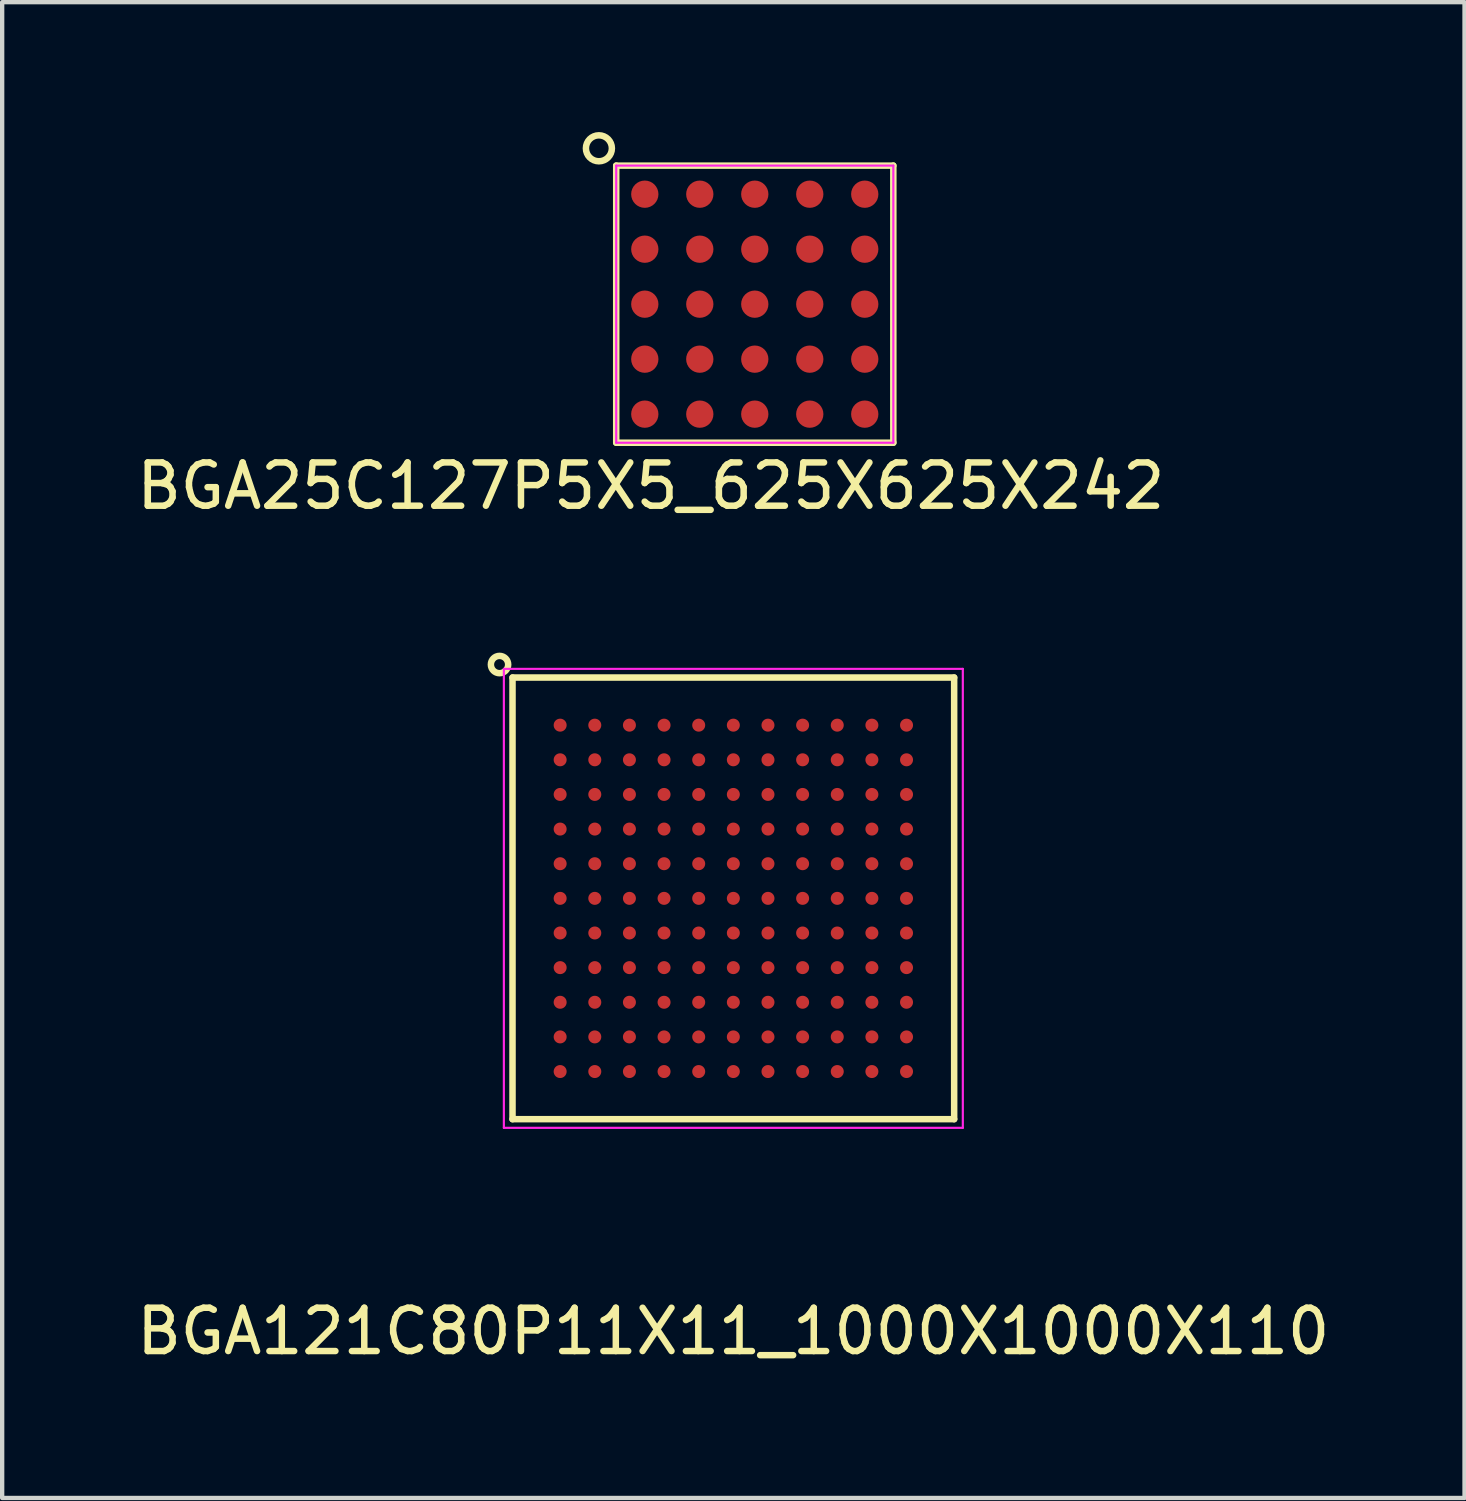
<source format=kicad_pcb>
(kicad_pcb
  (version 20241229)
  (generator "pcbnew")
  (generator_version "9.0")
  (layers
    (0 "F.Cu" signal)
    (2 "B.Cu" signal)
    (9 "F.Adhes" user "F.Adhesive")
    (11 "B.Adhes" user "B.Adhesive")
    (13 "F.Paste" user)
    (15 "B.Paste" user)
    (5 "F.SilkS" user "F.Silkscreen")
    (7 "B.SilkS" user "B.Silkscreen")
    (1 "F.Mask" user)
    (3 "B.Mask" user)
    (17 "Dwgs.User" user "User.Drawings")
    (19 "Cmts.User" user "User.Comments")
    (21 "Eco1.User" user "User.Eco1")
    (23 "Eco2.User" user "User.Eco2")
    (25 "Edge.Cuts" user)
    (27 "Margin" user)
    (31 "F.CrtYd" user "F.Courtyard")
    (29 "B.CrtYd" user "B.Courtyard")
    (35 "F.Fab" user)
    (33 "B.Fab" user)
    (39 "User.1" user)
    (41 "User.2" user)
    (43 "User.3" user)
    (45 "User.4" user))
  (footprint "BGA121C80P11X11_1000X1000X110"
    (layer "F.Cu")
    (at 13.887 17.698)
    (property "Reference" "BGA121C80P11X11_1000X1000X110" (at 0 10 0) (layer "F.SilkS") (effects (font (size 1 1) (thickness 0.15))))
    (attr smd)
    (fp_line (start -5.1 -5.1) (end -5.1 5.1) (stroke (width 0.15) (type solid)) (layer "F.SilkS"))
    (fp_line (start -5.1 -5.1) (end 5.1 -5.1) (stroke (width 0.15) (type solid)) (layer "F.SilkS"))
    (fp_line (start -5.1 5.1) (end 5.1 5.1) (stroke (width 0.15) (type solid)) (layer "F.SilkS"))
    (fp_line (start 5.1 -5.1) (end 5.1 5.1) (stroke (width 0.15) (type solid)) (layer "F.SilkS"))
    (fp_circle (center -5.4 -5.4) (end -5.4 -5.6) (stroke (width 0.15) (type solid)) (fill no) (layer "F.SilkS"))
    (fp_line (start -5.3 -5.3) (end -5.3 5.3) (stroke (width 0.05) (type solid)) (layer "F.CrtYd"))
    (fp_line (start -5.3 -5.3) (end 5.3 -5.3) (stroke (width 0.05) (type solid)) (layer "F.CrtYd"))
    (fp_line (start -5.3 5.3) (end 5.3 5.3) (stroke (width 0.05) (type solid)) (layer "F.CrtYd"))
    (fp_line (start 5.3 -5.3) (end 5.3 5.3) (stroke (width 0.05) (type solid)) (layer "F.CrtYd"))
    (pad "A1" smd circle (at -4 -4 180) (size 0.3 0.3) (layers "F.Cu" "F.Mask" "F.Paste"))
    (pad "A2" smd circle (at -3.2 -4 180) (size 0.3 0.3) (layers "F.Cu" "F.Mask" "F.Paste"))
    (pad "A3" smd circle (at -2.4 -4 180) (size 0.3 0.3) (layers "F.Cu" "F.Mask" "F.Paste"))
    (pad "A4" smd circle (at -1.6 -4 180) (size 0.3 0.3) (layers "F.Cu" "F.Mask" "F.Paste"))
    (pad "A5" smd circle (at -0.8 -4 180) (size 0.3 0.3) (layers "F.Cu" "F.Mask" "F.Paste"))
    (pad "A6" smd circle (at 0 -4 180) (size 0.3 0.3) (layers "F.Cu" "F.Mask" "F.Paste"))
    (pad "A7" smd circle (at 0.8 -4 180) (size 0.3 0.3) (layers "F.Cu" "F.Mask" "F.Paste"))
    (pad "A8" smd circle (at 1.6 -4 180) (size 0.3 0.3) (layers "F.Cu" "F.Mask" "F.Paste"))
    (pad "A9" smd circle (at 2.4 -4 180) (size 0.3 0.3) (layers "F.Cu" "F.Mask" "F.Paste"))
    (pad "A10" smd circle (at 3.2 -4 180) (size 0.3 0.3) (layers "F.Cu" "F.Mask" "F.Paste"))
    (pad "A11" smd circle (at 4 -4 180) (size 0.3 0.3) (layers "F.Cu" "F.Mask" "F.Paste"))
    (pad "B1" smd circle (at -4 -3.2 180) (size 0.3 0.3) (layers "F.Cu" "F.Mask" "F.Paste"))
    (pad "B2" smd circle (at -3.2 -3.2 180) (size 0.3 0.3) (layers "F.Cu" "F.Mask" "F.Paste"))
    (pad "B3" smd circle (at -2.4 -3.2 180) (size 0.3 0.3) (layers "F.Cu" "F.Mask" "F.Paste"))
    (pad "B4" smd circle (at -1.6 -3.2 180) (size 0.3 0.3) (layers "F.Cu" "F.Mask" "F.Paste"))
    (pad "B5" smd circle (at -0.8 -3.2 180) (size 0.3 0.3) (layers "F.Cu" "F.Mask" "F.Paste"))
    (pad "B6" smd circle (at 0 -3.2 180) (size 0.3 0.3) (layers "F.Cu" "F.Mask" "F.Paste"))
    (pad "B7" smd circle (at 0.8 -3.2 180) (size 0.3 0.3) (layers "F.Cu" "F.Mask" "F.Paste"))
    (pad "B8" smd circle (at 1.6 -3.2 180) (size 0.3 0.3) (layers "F.Cu" "F.Mask" "F.Paste"))
    (pad "B9" smd circle (at 2.4 -3.2 180) (size 0.3 0.3) (layers "F.Cu" "F.Mask" "F.Paste"))
    (pad "B10" smd circle (at 3.2 -3.2 180) (size 0.3 0.3) (layers "F.Cu" "F.Mask" "F.Paste"))
    (pad "B11" smd circle (at 4 -3.2 180) (size 0.3 0.3) (layers "F.Cu" "F.Mask" "F.Paste"))
    (pad "C1" smd circle (at -4 -2.4 180) (size 0.3 0.3) (layers "F.Cu" "F.Mask" "F.Paste"))
    (pad "C2" smd circle (at -3.2 -2.4 180) (size 0.3 0.3) (layers "F.Cu" "F.Mask" "F.Paste"))
    (pad "C3" smd circle (at -2.4 -2.4 180) (size 0.3 0.3) (layers "F.Cu" "F.Mask" "F.Paste"))
    (pad "C4" smd circle (at -1.6 -2.4 180) (size 0.3 0.3) (layers "F.Cu" "F.Mask" "F.Paste"))
    (pad "C5" smd circle (at -0.8 -2.4 180) (size 0.3 0.3) (layers "F.Cu" "F.Mask" "F.Paste"))
    (pad "C6" smd circle (at 0 -2.4 180) (size 0.3 0.3) (layers "F.Cu" "F.Mask" "F.Paste"))
    (pad "C7" smd circle (at 0.8 -2.4 180) (size 0.3 0.3) (layers "F.Cu" "F.Mask" "F.Paste"))
    (pad "C8" smd circle (at 1.6 -2.4 180) (size 0.3 0.3) (layers "F.Cu" "F.Mask" "F.Paste"))
    (pad "C9" smd circle (at 2.4 -2.4 180) (size 0.3 0.3) (layers "F.Cu" "F.Mask" "F.Paste"))
    (pad "C10" smd circle (at 3.2 -2.4 180) (size 0.3 0.3) (layers "F.Cu" "F.Mask" "F.Paste"))
    (pad "C11" smd circle (at 4 -2.4 180) (size 0.3 0.3) (layers "F.Cu" "F.Mask" "F.Paste"))
    (pad "D1" smd circle (at -4 -1.6 180) (size 0.3 0.3) (layers "F.Cu" "F.Mask" "F.Paste"))
    (pad "D2" smd circle (at -3.2 -1.6 180) (size 0.3 0.3) (layers "F.Cu" "F.Mask" "F.Paste"))
    (pad "D3" smd circle (at -2.4 -1.6 180) (size 0.3 0.3) (layers "F.Cu" "F.Mask" "F.Paste"))
    (pad "D4" smd circle (at -1.6 -1.6 180) (size 0.3 0.3) (layers "F.Cu" "F.Mask" "F.Paste"))
    (pad "D5" smd circle (at -0.8 -1.6 180) (size 0.3 0.3) (layers "F.Cu" "F.Mask" "F.Paste"))
    (pad "D6" smd circle (at 0 -1.6 180) (size 0.3 0.3) (layers "F.Cu" "F.Mask" "F.Paste"))
    (pad "D7" smd circle (at 0.8 -1.6 180) (size 0.3 0.3) (layers "F.Cu" "F.Mask" "F.Paste"))
    (pad "D8" smd circle (at 1.6 -1.6 180) (size 0.3 0.3) (layers "F.Cu" "F.Mask" "F.Paste"))
    (pad "D9" smd circle (at 2.4 -1.6 180) (size 0.3 0.3) (layers "F.Cu" "F.Mask" "F.Paste"))
    (pad "D10" smd circle (at 3.2 -1.6 180) (size 0.3 0.3) (layers "F.Cu" "F.Mask" "F.Paste"))
    (pad "D11" smd circle (at 4 -1.6 180) (size 0.3 0.3) (layers "F.Cu" "F.Mask" "F.Paste"))
    (pad "E1" smd circle (at -4 -0.8 180) (size 0.3 0.3) (layers "F.Cu" "F.Mask" "F.Paste"))
    (pad "E2" smd circle (at -3.2 -0.8 180) (size 0.3 0.3) (layers "F.Cu" "F.Mask" "F.Paste"))
    (pad "E3" smd circle (at -2.4 -0.8 180) (size 0.3 0.3) (layers "F.Cu" "F.Mask" "F.Paste"))
    (pad "E4" smd circle (at -1.6 -0.8 180) (size 0.3 0.3) (layers "F.Cu" "F.Mask" "F.Paste"))
    (pad "E5" smd circle (at -0.8 -0.8 180) (size 0.3 0.3) (layers "F.Cu" "F.Mask" "F.Paste"))
    (pad "E6" smd circle (at 0 -0.8 180) (size 0.3 0.3) (layers "F.Cu" "F.Mask" "F.Paste"))
    (pad "E7" smd circle (at 0.8 -0.8 180) (size 0.3 0.3) (layers "F.Cu" "F.Mask" "F.Paste"))
    (pad "E8" smd circle (at 1.6 -0.8 180) (size 0.3 0.3) (layers "F.Cu" "F.Mask" "F.Paste"))
    (pad "E9" smd circle (at 2.4 -0.8 180) (size 0.3 0.3) (layers "F.Cu" "F.Mask" "F.Paste"))
    (pad "E10" smd circle (at 3.2 -0.8 180) (size 0.3 0.3) (layers "F.Cu" "F.Mask" "F.Paste"))
    (pad "E11" smd circle (at 4 -0.8 180) (size 0.3 0.3) (layers "F.Cu" "F.Mask" "F.Paste"))
    (pad "F1" smd circle (at -4 0 180) (size 0.3 0.3) (layers "F.Cu" "F.Mask" "F.Paste"))
    (pad "F2" smd circle (at -3.2 0 180) (size 0.3 0.3) (layers "F.Cu" "F.Mask" "F.Paste"))
    (pad "F3" smd circle (at -2.4 0 180) (size 0.3 0.3) (layers "F.Cu" "F.Mask" "F.Paste"))
    (pad "F4" smd circle (at -1.6 0 180) (size 0.3 0.3) (layers "F.Cu" "F.Mask" "F.Paste"))
    (pad "F5" smd circle (at -0.8 0 180) (size 0.3 0.3) (layers "F.Cu" "F.Mask" "F.Paste"))
    (pad "F6" smd circle (at 0 0 180) (size 0.3 0.3) (layers "F.Cu" "F.Mask" "F.Paste"))
    (pad "F7" smd circle (at 0.8 0 180) (size 0.3 0.3) (layers "F.Cu" "F.Mask" "F.Paste"))
    (pad "F8" smd circle (at 1.6 0 180) (size 0.3 0.3) (layers "F.Cu" "F.Mask" "F.Paste"))
    (pad "F9" smd circle (at 2.4 0 180) (size 0.3 0.3) (layers "F.Cu" "F.Mask" "F.Paste"))
    (pad "F10" smd circle (at 3.2 0 180) (size 0.3 0.3) (layers "F.Cu" "F.Mask" "F.Paste"))
    (pad "F11" smd circle (at 4 0 180) (size 0.3 0.3) (layers "F.Cu" "F.Mask" "F.Paste"))
    (pad "G1" smd circle (at -4 0.8 180) (size 0.3 0.3) (layers "F.Cu" "F.Mask" "F.Paste"))
    (pad "G2" smd circle (at -3.2 0.8 180) (size 0.3 0.3) (layers "F.Cu" "F.Mask" "F.Paste"))
    (pad "G3" smd circle (at -2.4 0.8 180) (size 0.3 0.3) (layers "F.Cu" "F.Mask" "F.Paste"))
    (pad "G4" smd circle (at -1.6 0.8 180) (size 0.3 0.3) (layers "F.Cu" "F.Mask" "F.Paste"))
    (pad "G5" smd circle (at -0.8 0.8 180) (size 0.3 0.3) (layers "F.Cu" "F.Mask" "F.Paste"))
    (pad "G6" smd circle (at 0 0.8 180) (size 0.3 0.3) (layers "F.Cu" "F.Mask" "F.Paste"))
    (pad "G7" smd circle (at 0.8 0.8 180) (size 0.3 0.3) (layers "F.Cu" "F.Mask" "F.Paste"))
    (pad "G8" smd circle (at 1.6 0.8 180) (size 0.3 0.3) (layers "F.Cu" "F.Mask" "F.Paste"))
    (pad "G9" smd circle (at 2.4 0.8 180) (size 0.3 0.3) (layers "F.Cu" "F.Mask" "F.Paste"))
    (pad "G10" smd circle (at 3.2 0.8 180) (size 0.3 0.3) (layers "F.Cu" "F.Mask" "F.Paste"))
    (pad "G11" smd circle (at 4 0.8 180) (size 0.3 0.3) (layers "F.Cu" "F.Mask" "F.Paste"))
    (pad "H1" smd circle (at -4 1.6 180) (size 0.3 0.3) (layers "F.Cu" "F.Mask" "F.Paste"))
    (pad "H2" smd circle (at -3.2 1.6 180) (size 0.3 0.3) (layers "F.Cu" "F.Mask" "F.Paste"))
    (pad "H3" smd circle (at -2.4 1.6 180) (size 0.3 0.3) (layers "F.Cu" "F.Mask" "F.Paste"))
    (pad "H4" smd circle (at -1.6 1.6 180) (size 0.3 0.3) (layers "F.Cu" "F.Mask" "F.Paste"))
    (pad "H5" smd circle (at -0.8 1.6 180) (size 0.3 0.3) (layers "F.Cu" "F.Mask" "F.Paste"))
    (pad "H6" smd circle (at 0 1.6 180) (size 0.3 0.3) (layers "F.Cu" "F.Mask" "F.Paste"))
    (pad "H7" smd circle (at 0.8 1.6 180) (size 0.3 0.3) (layers "F.Cu" "F.Mask" "F.Paste"))
    (pad "H8" smd circle (at 1.6 1.6 180) (size 0.3 0.3) (layers "F.Cu" "F.Mask" "F.Paste"))
    (pad "H9" smd circle (at 2.4 1.6 180) (size 0.3 0.3) (layers "F.Cu" "F.Mask" "F.Paste"))
    (pad "H10" smd circle (at 3.2 1.6 180) (size 0.3 0.3) (layers "F.Cu" "F.Mask" "F.Paste"))
    (pad "H11" smd circle (at 4 1.6 180) (size 0.3 0.3) (layers "F.Cu" "F.Mask" "F.Paste"))
    (pad "J1" smd circle (at -4 2.4 180) (size 0.3 0.3) (layers "F.Cu" "F.Mask" "F.Paste"))
    (pad "J2" smd circle (at -3.2 2.4 180) (size 0.3 0.3) (layers "F.Cu" "F.Mask" "F.Paste"))
    (pad "J3" smd circle (at -2.4 2.4 180) (size 0.3 0.3) (layers "F.Cu" "F.Mask" "F.Paste"))
    (pad "J4" smd circle (at -1.6 2.4 180) (size 0.3 0.3) (layers "F.Cu" "F.Mask" "F.Paste"))
    (pad "J5" smd circle (at -0.8 2.4 180) (size 0.3 0.3) (layers "F.Cu" "F.Mask" "F.Paste"))
    (pad "J6" smd circle (at 0 2.4 180) (size 0.3 0.3) (layers "F.Cu" "F.Mask" "F.Paste"))
    (pad "J7" smd circle (at 0.8 2.4 180) (size 0.3 0.3) (layers "F.Cu" "F.Mask" "F.Paste"))
    (pad "J8" smd circle (at 1.6 2.4 180) (size 0.3 0.3) (layers "F.Cu" "F.Mask" "F.Paste"))
    (pad "J9" smd circle (at 2.4 2.4 180) (size 0.3 0.3) (layers "F.Cu" "F.Mask" "F.Paste"))
    (pad "J10" smd circle (at 3.2 2.4 180) (size 0.3 0.3) (layers "F.Cu" "F.Mask" "F.Paste"))
    (pad "J11" smd circle (at 4 2.4 180) (size 0.3 0.3) (layers "F.Cu" "F.Mask" "F.Paste"))
    (pad "K1" smd circle (at -4 3.2 180) (size 0.3 0.3) (layers "F.Cu" "F.Mask" "F.Paste"))
    (pad "K2" smd circle (at -3.2 3.2 180) (size 0.3 0.3) (layers "F.Cu" "F.Mask" "F.Paste"))
    (pad "K3" smd circle (at -2.4 3.2 180) (size 0.3 0.3) (layers "F.Cu" "F.Mask" "F.Paste"))
    (pad "K4" smd circle (at -1.6 3.2 180) (size 0.3 0.3) (layers "F.Cu" "F.Mask" "F.Paste"))
    (pad "K5" smd circle (at -0.8 3.2 180) (size 0.3 0.3) (layers "F.Cu" "F.Mask" "F.Paste"))
    (pad "K6" smd circle (at 0 3.2 180) (size 0.3 0.3) (layers "F.Cu" "F.Mask" "F.Paste"))
    (pad "K7" smd circle (at 0.8 3.2 180) (size 0.3 0.3) (layers "F.Cu" "F.Mask" "F.Paste"))
    (pad "K8" smd circle (at 1.6 3.2 180) (size 0.3 0.3) (layers "F.Cu" "F.Mask" "F.Paste"))
    (pad "K9" smd circle (at 2.4 3.2 180) (size 0.3 0.3) (layers "F.Cu" "F.Mask" "F.Paste"))
    (pad "K10" smd circle (at 3.2 3.2 180) (size 0.3 0.3) (layers "F.Cu" "F.Mask" "F.Paste"))
    (pad "K11" smd circle (at 4 3.2 180) (size 0.3 0.3) (layers "F.Cu" "F.Mask" "F.Paste"))
    (pad "L1" smd circle (at -4 4 180) (size 0.3 0.3) (layers "F.Cu" "F.Mask" "F.Paste"))
    (pad "L2" smd circle (at -3.2 4 180) (size 0.3 0.3) (layers "F.Cu" "F.Mask" "F.Paste"))
    (pad "L3" smd circle (at -2.4 4 180) (size 0.3 0.3) (layers "F.Cu" "F.Mask" "F.Paste"))
    (pad "L4" smd circle (at -1.6 4 180) (size 0.3 0.3) (layers "F.Cu" "F.Mask" "F.Paste"))
    (pad "L5" smd circle (at -0.8 4 180) (size 0.3 0.3) (layers "F.Cu" "F.Mask" "F.Paste"))
    (pad "L6" smd circle (at 0 4 180) (size 0.3 0.3) (layers "F.Cu" "F.Mask" "F.Paste"))
    (pad "L7" smd circle (at 0.8 4 180) (size 0.3 0.3) (layers "F.Cu" "F.Mask" "F.Paste"))
    (pad "L8" smd circle (at 1.6 4 180) (size 0.3 0.3) (layers "F.Cu" "F.Mask" "F.Paste"))
    (pad "L9" smd circle (at 2.4 4 180) (size 0.3 0.3) (layers "F.Cu" "F.Mask" "F.Paste"))
    (pad "L10" smd circle (at 3.2 4 180) (size 0.3 0.3) (layers "F.Cu" "F.Mask" "F.Paste"))
    (pad "L11" smd circle (at 4 4 180) (size 0.3 0.3) (layers "F.Cu" "F.Mask" "F.Paste")))
  (footprint "BGA25C127P5X5_625X625X242"
    (layer "F.Cu")
    (at 14.382 3.975)
    (property "Reference" "BGA25C127P5X5_625X625X242" (at -2.4 4.2 0) (layer "F.SilkS") (effects (font (size 1 1) (thickness 0.15))))
    (attr smd)
    (fp_line (start -3.2 -3.2) (end -3.2 3.2) (stroke (width 0.15) (type solid)) (layer "F.SilkS"))
    (fp_line (start -3.2 -3.2) (end 3.2 -3.2) (stroke (width 0.15) (type solid)) (layer "F.SilkS"))
    (fp_line (start -3.2 3.2) (end 3.2 3.2) (stroke (width 0.15) (type solid)) (layer "F.SilkS"))
    (fp_line (start 3.2 -3.2) (end 3.2 3.2) (stroke (width 0.15) (type solid)) (layer "F.SilkS"))
    (fp_circle (center -3.6 -3.6) (end -3.6 -3.9) (stroke (width 0.15) (type solid)) (fill no) (layer "F.SilkS"))
    (fp_line (start -3.2 -3.2) (end -3.2 3.2) (stroke (width 0.05) (type solid)) (layer "F.CrtYd"))
    (fp_line (start -3.2 -3.2) (end 3.2 -3.2) (stroke (width 0.05) (type solid)) (layer "F.CrtYd"))
    (fp_line (start -3.2 3.2) (end 3.2 3.2) (stroke (width 0.05) (type solid)) (layer "F.CrtYd"))
    (fp_line (start 3.2 -3.2) (end 3.2 3.2) (stroke (width 0.05) (type solid)) (layer "F.CrtYd"))
    (pad "A1" smd circle (at -2.54 -2.54) (size 0.63 0.63) (layers "F.Cu" "F.Mask" "F.Paste"))
    (pad "A2" smd circle (at -1.27 -2.54) (size 0.63 0.63) (layers "F.Cu" "F.Mask" "F.Paste"))
    (pad "A3" smd circle (at 0 -2.54) (size 0.63 0.63) (layers "F.Cu" "F.Mask" "F.Paste"))
    (pad "A4" smd circle (at 1.27 -2.54) (size 0.63 0.63) (layers "F.Cu" "F.Mask" "F.Paste"))
    (pad "A5" smd circle (at 2.54 -2.54) (size 0.63 0.63) (layers "F.Cu" "F.Mask" "F.Paste"))
    (pad "B1" smd circle (at -2.54 -1.27) (size 0.63 0.63) (layers "F.Cu" "F.Mask" "F.Paste"))
    (pad "B2" smd circle (at -1.27 -1.27) (size 0.63 0.63) (layers "F.Cu" "F.Mask" "F.Paste"))
    (pad "B3" smd circle (at 0 -1.27) (size 0.63 0.63) (layers "F.Cu" "F.Mask" "F.Paste"))
    (pad "B4" smd circle (at 1.27 -1.27) (size 0.63 0.63) (layers "F.Cu" "F.Mask" "F.Paste"))
    (pad "B5" smd circle (at 2.54 -1.27) (size 0.63 0.63) (layers "F.Cu" "F.Mask" "F.Paste"))
    (pad "C1" smd circle (at -2.54 0) (size 0.63 0.63) (layers "F.Cu" "F.Mask" "F.Paste"))
    (pad "C2" smd circle (at -1.27 0) (size 0.63 0.63) (layers "F.Cu" "F.Mask" "F.Paste"))
    (pad "C3" smd circle (at 0 0) (size 0.63 0.63) (layers "F.Cu" "F.Mask" "F.Paste"))
    (pad "C4" smd circle (at 1.27 0) (size 0.63 0.63) (layers "F.Cu" "F.Mask" "F.Paste"))
    (pad "C5" smd circle (at 2.54 0) (size 0.63 0.63) (layers "F.Cu" "F.Mask" "F.Paste"))
    (pad "D1" smd circle (at -2.54 1.27) (size 0.63 0.63) (layers "F.Cu" "F.Mask" "F.Paste"))
    (pad "D2" smd circle (at -1.27 1.27) (size 0.63 0.63) (layers "F.Cu" "F.Mask" "F.Paste"))
    (pad "D3" smd circle (at 0 1.27) (size 0.63 0.63) (layers "F.Cu" "F.Mask" "F.Paste"))
    (pad "D4" smd circle (at 1.27 1.27) (size 0.63 0.63) (layers "F.Cu" "F.Mask" "F.Paste"))
    (pad "D5" smd circle (at 2.54 1.27) (size 0.63 0.63) (layers "F.Cu" "F.Mask" "F.Paste"))
    (pad "E1" smd circle (at -2.54 2.54) (size 0.63 0.63) (layers "F.Cu" "F.Mask" "F.Paste"))
    (pad "E2" smd circle (at -1.27 2.54) (size 0.63 0.63) (layers "F.Cu" "F.Mask" "F.Paste"))
    (pad "E3" smd circle (at 0 2.54) (size 0.63 0.63) (layers "F.Cu" "F.Mask" "F.Paste"))
    (pad "E4" smd circle (at 1.27 2.54) (size 0.63 0.63) (layers "F.Cu" "F.Mask" "F.Paste"))
    (pad "E5" smd circle (at 2.54 2.54) (size 0.63 0.63) (layers "F.Cu" "F.Mask" "F.Paste")))
  (gr_rect
    (start -3 -3)
    (end 30.774 31.547)
    (stroke (width 0.1) (type default))
    (fill no)
    (layer "Edge.Cuts")))
</source>
